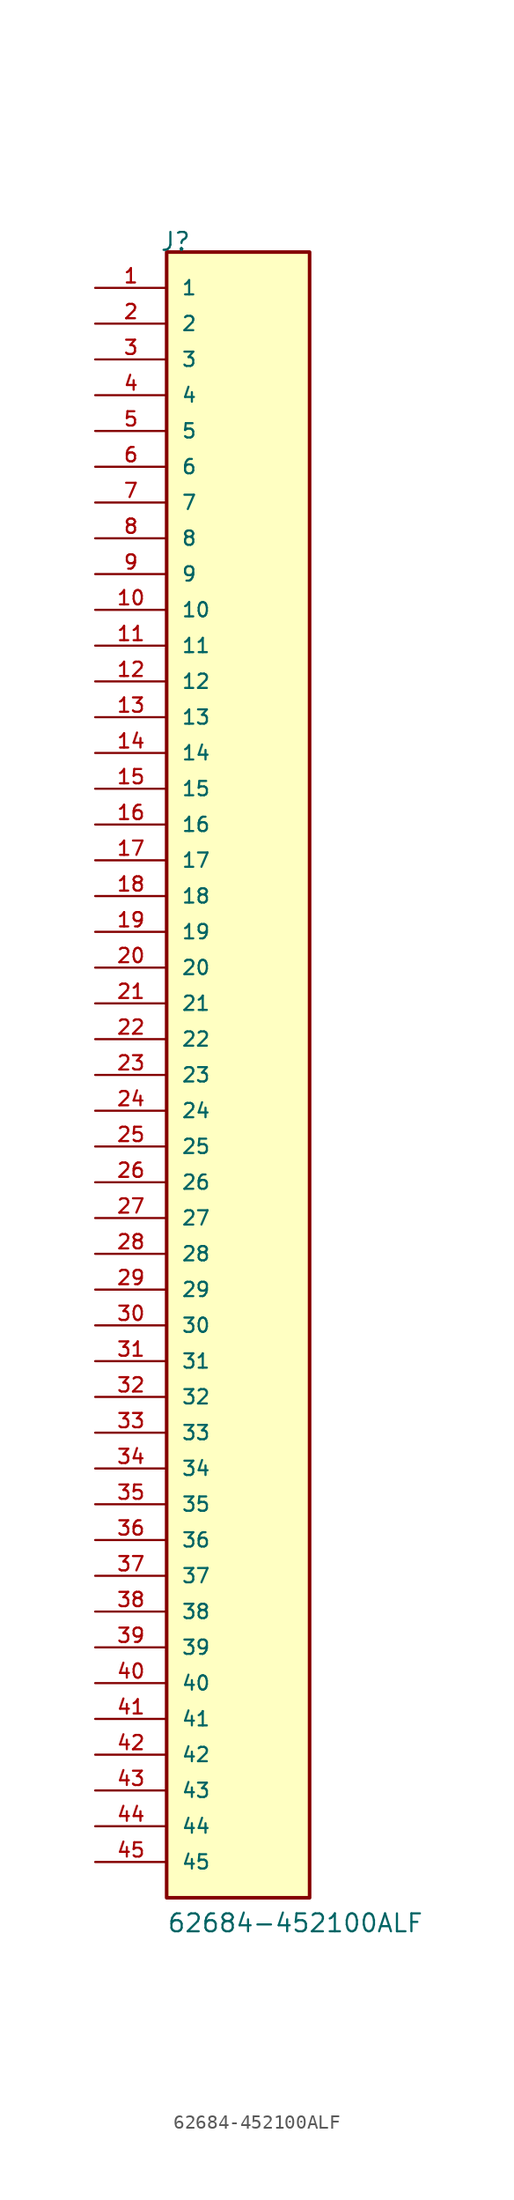
<source format=kicad_sym>
(kicad_symbol_lib
  (version 20211014)
  (generator kicad_symbol_editor)
  (symbol "62684-452100ALF"
    (pin_names
      (offset 1.016))
    (property "Reference" "J"
      (at -5.58 58.42 0)
      (effects (font (size 1.27 1.27)) (justify bottom left)))
    (property "Value" "62684-452100ALF"
      (at -5.08 -60.96 0)
      (effects (font (size 1.27 1.27)) (justify bottom left)))
    (symbol "62684-452100ALF_0_0"
      (rectangle (start -5.08 -58.42) (end 5.08 58.42) (stroke (width 0.254)) (fill (type background)))
      (pin passive line (at -10.16 55.88 0) (length 5.08) (name "1" (effects (font (size 1.016 1.016)))) (number "1" (effects (font (size 1.016 1.016)))))
      (pin passive line (at -10.16 53.34 0) (length 5.08) (name "2" (effects (font (size 1.016 1.016)))) (number "2" (effects (font (size 1.016 1.016)))))
      (pin passive line (at -10.16 50.8 0) (length 5.08) (name "3" (effects (font (size 1.016 1.016)))) (number "3" (effects (font (size 1.016 1.016)))))
      (pin passive line (at -10.16 48.26 0) (length 5.08) (name "4" (effects (font (size 1.016 1.016)))) (number "4" (effects (font (size 1.016 1.016)))))
      (pin passive line (at -10.16 45.72 0) (length 5.08) (name "5" (effects (font (size 1.016 1.016)))) (number "5" (effects (font (size 1.016 1.016)))))
      (pin passive line (at -10.16 43.18 0) (length 5.08) (name "6" (effects (font (size 1.016 1.016)))) (number "6" (effects (font (size 1.016 1.016)))))
      (pin passive line (at -10.16 40.64 0) (length 5.08) (name "7" (effects (font (size 1.016 1.016)))) (number "7" (effects (font (size 1.016 1.016)))))
      (pin passive line (at -10.16 38.1 0) (length 5.08) (name "8" (effects (font (size 1.016 1.016)))) (number "8" (effects (font (size 1.016 1.016)))))
      (pin passive line (at -10.16 35.56 0) (length 5.08) (name "9" (effects (font (size 1.016 1.016)))) (number "9" (effects (font (size 1.016 1.016)))))
      (pin passive line (at -10.16 33.02 0) (length 5.08) (name "10" (effects (font (size 1.016 1.016)))) (number "10" (effects (font (size 1.016 1.016)))))
      (pin passive line (at -10.16 30.48 0) (length 5.08) (name "11" (effects (font (size 1.016 1.016)))) (number "11" (effects (font (size 1.016 1.016)))))
      (pin passive line (at -10.16 27.94 0) (length 5.08) (name "12" (effects (font (size 1.016 1.016)))) (number "12" (effects (font (size 1.016 1.016)))))
      (pin passive line (at -10.16 25.4 0) (length 5.08) (name "13" (effects (font (size 1.016 1.016)))) (number "13" (effects (font (size 1.016 1.016)))))
      (pin passive line (at -10.16 22.86 0) (length 5.08) (name "14" (effects (font (size 1.016 1.016)))) (number "14" (effects (font (size 1.016 1.016)))))
      (pin passive line (at -10.16 20.32 0) (length 5.08) (name "15" (effects (font (size 1.016 1.016)))) (number "15" (effects (font (size 1.016 1.016)))))
      (pin passive line (at -10.16 17.78 0) (length 5.08) (name "16" (effects (font (size 1.016 1.016)))) (number "16" (effects (font (size 1.016 1.016)))))
      (pin passive line (at -10.16 15.24 0) (length 5.08) (name "17" (effects (font (size 1.016 1.016)))) (number "17" (effects (font (size 1.016 1.016)))))
      (pin passive line (at -10.16 12.7 0) (length 5.08) (name "18" (effects (font (size 1.016 1.016)))) (number "18" (effects (font (size 1.016 1.016)))))
      (pin passive line (at -10.16 10.16 0) (length 5.08) (name "19" (effects (font (size 1.016 1.016)))) (number "19" (effects (font (size 1.016 1.016)))))
      (pin passive line (at -10.16 7.62 0) (length 5.08) (name "20" (effects (font (size 1.016 1.016)))) (number "20" (effects (font (size 1.016 1.016)))))
      (pin passive line (at -10.16 5.08 0) (length 5.08) (name "21" (effects (font (size 1.016 1.016)))) (number "21" (effects (font (size 1.016 1.016)))))
      (pin passive line (at -10.16 2.54 0) (length 5.08) (name "22" (effects (font (size 1.016 1.016)))) (number "22" (effects (font (size 1.016 1.016)))))
      (pin passive line (at -10.16 0.0 0) (length 5.08) (name "23" (effects (font (size 1.016 1.016)))) (number "23" (effects (font (size 1.016 1.016)))))
      (pin passive line (at -10.16 -2.54 0) (length 5.08) (name "24" (effects (font (size 1.016 1.016)))) (number "24" (effects (font (size 1.016 1.016)))))
      (pin passive line (at -10.16 -5.08 0) (length 5.08) (name "25" (effects (font (size 1.016 1.016)))) (number "25" (effects (font (size 1.016 1.016)))))
      (pin passive line (at -10.16 -7.62 0) (length 5.08) (name "26" (effects (font (size 1.016 1.016)))) (number "26" (effects (font (size 1.016 1.016)))))
      (pin passive line (at -10.16 -10.16 0) (length 5.08) (name "27" (effects (font (size 1.016 1.016)))) (number "27" (effects (font (size 1.016 1.016)))))
      (pin passive line (at -10.16 -12.7 0) (length 5.08) (name "28" (effects (font (size 1.016 1.016)))) (number "28" (effects (font (size 1.016 1.016)))))
      (pin passive line (at -10.16 -15.24 0) (length 5.08) (name "29" (effects (font (size 1.016 1.016)))) (number "29" (effects (font (size 1.016 1.016)))))
      (pin passive line (at -10.16 -17.78 0) (length 5.08) (name "30" (effects (font (size 1.016 1.016)))) (number "30" (effects (font (size 1.016 1.016)))))
      (pin passive line (at -10.16 -20.32 0) (length 5.08) (name "31" (effects (font (size 1.016 1.016)))) (number "31" (effects (font (size 1.016 1.016)))))
      (pin passive line (at -10.16 -22.86 0) (length 5.08) (name "32" (effects (font (size 1.016 1.016)))) (number "32" (effects (font (size 1.016 1.016)))))
      (pin passive line (at -10.16 -25.4 0) (length 5.08) (name "33" (effects (font (size 1.016 1.016)))) (number "33" (effects (font (size 1.016 1.016)))))
      (pin passive line (at -10.16 -27.94 0) (length 5.08) (name "34" (effects (font (size 1.016 1.016)))) (number "34" (effects (font (size 1.016 1.016)))))
      (pin passive line (at -10.16 -30.48 0) (length 5.08) (name "35" (effects (font (size 1.016 1.016)))) (number "35" (effects (font (size 1.016 1.016)))))
      (pin passive line (at -10.16 -33.02 0) (length 5.08) (name "36" (effects (font (size 1.016 1.016)))) (number "36" (effects (font (size 1.016 1.016)))))
      (pin passive line (at -10.16 -35.56 0) (length 5.08) (name "37" (effects (font (size 1.016 1.016)))) (number "37" (effects (font (size 1.016 1.016)))))
      (pin passive line (at -10.16 -38.1 0) (length 5.08) (name "38" (effects (font (size 1.016 1.016)))) (number "38" (effects (font (size 1.016 1.016)))))
      (pin passive line (at -10.16 -40.64 0) (length 5.08) (name "39" (effects (font (size 1.016 1.016)))) (number "39" (effects (font (size 1.016 1.016)))))
      (pin passive line (at -10.16 -43.18 0) (length 5.08) (name "40" (effects (font (size 1.016 1.016)))) (number "40" (effects (font (size 1.016 1.016)))))
      (pin passive line (at -10.16 -45.72 0) (length 5.08) (name "41" (effects (font (size 1.016 1.016)))) (number "41" (effects (font (size 1.016 1.016)))))
      (pin passive line (at -10.16 -48.26 0) (length 5.08) (name "42" (effects (font (size 1.016 1.016)))) (number "42" (effects (font (size 1.016 1.016)))))
      (pin passive line (at -10.16 -50.8 0) (length 5.08) (name "43" (effects (font (size 1.016 1.016)))) (number "43" (effects (font (size 1.016 1.016)))))
      (pin passive line (at -10.16 -53.34 0) (length 5.08) (name "44" (effects (font (size 1.016 1.016)))) (number "44" (effects (font (size 1.016 1.016)))))
      (pin passive line (at -10.16 -55.88 0) (length 5.08) (name "45" (effects (font (size 1.016 1.016)))) (number "45" (effects (font (size 1.016 1.016))))))))
</source>
